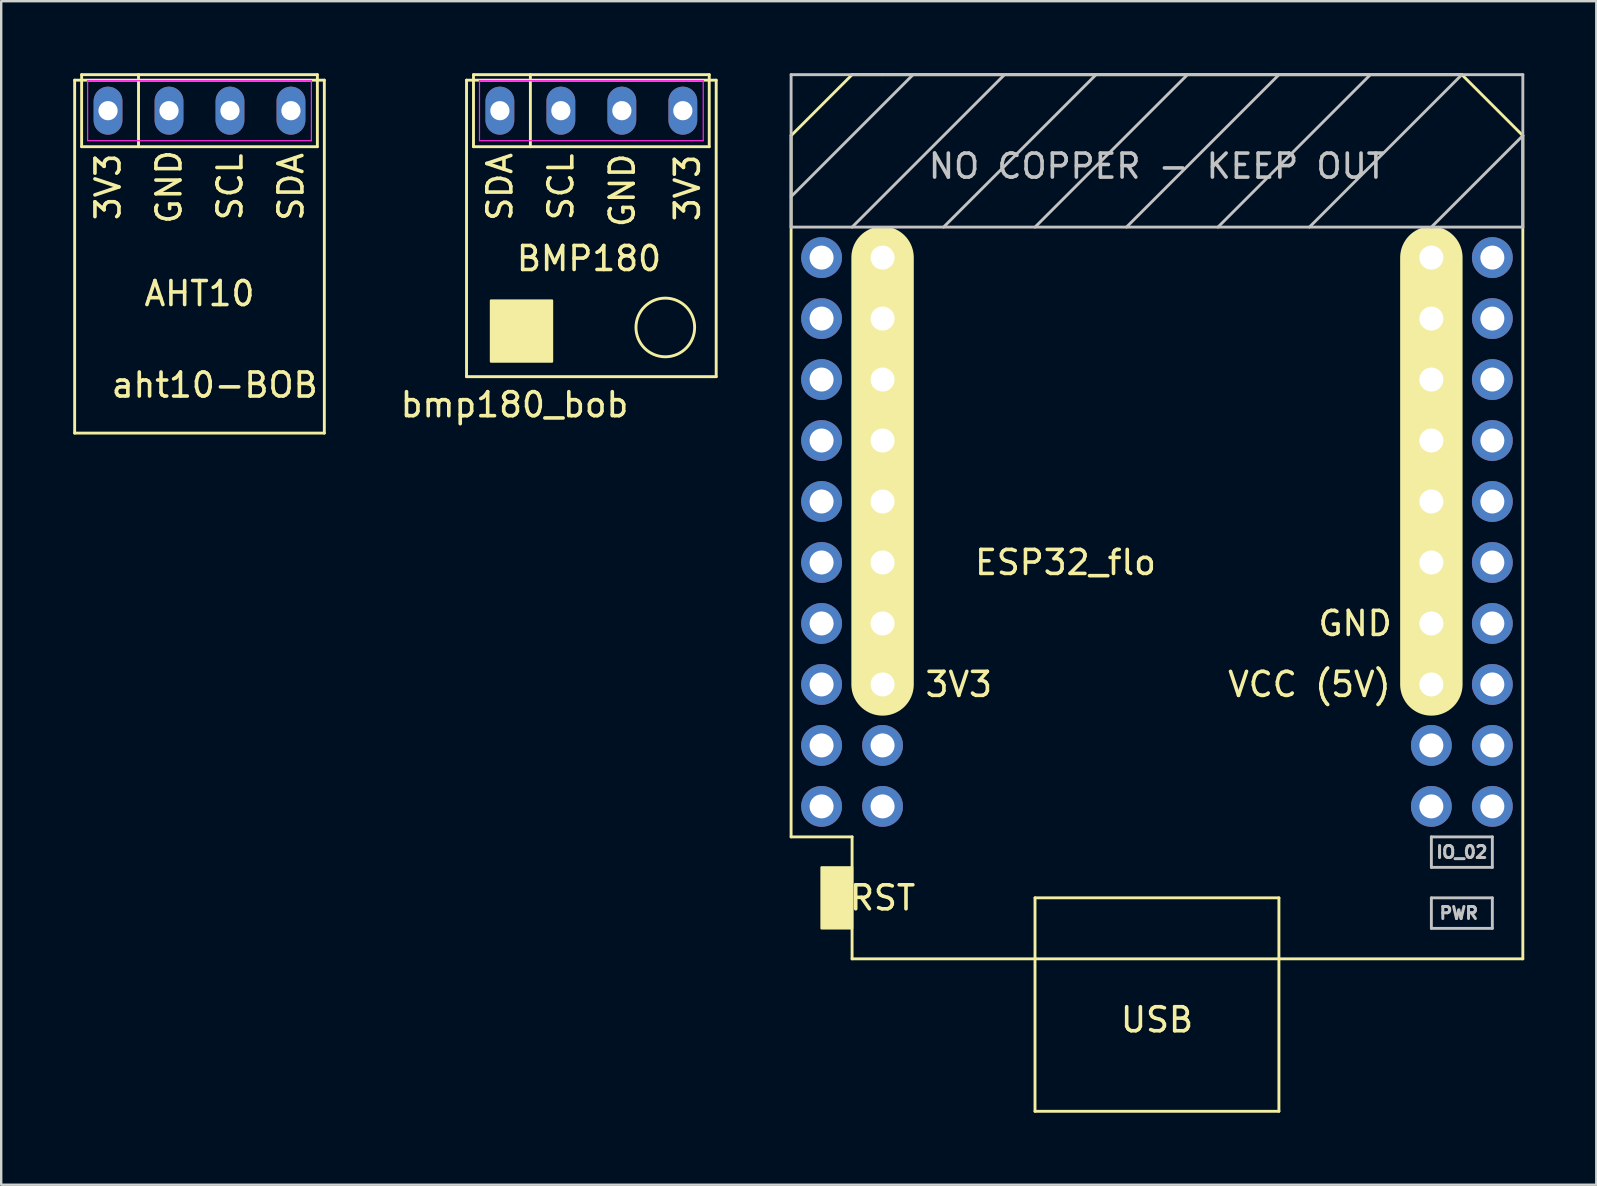
<source format=kicad_pcb>
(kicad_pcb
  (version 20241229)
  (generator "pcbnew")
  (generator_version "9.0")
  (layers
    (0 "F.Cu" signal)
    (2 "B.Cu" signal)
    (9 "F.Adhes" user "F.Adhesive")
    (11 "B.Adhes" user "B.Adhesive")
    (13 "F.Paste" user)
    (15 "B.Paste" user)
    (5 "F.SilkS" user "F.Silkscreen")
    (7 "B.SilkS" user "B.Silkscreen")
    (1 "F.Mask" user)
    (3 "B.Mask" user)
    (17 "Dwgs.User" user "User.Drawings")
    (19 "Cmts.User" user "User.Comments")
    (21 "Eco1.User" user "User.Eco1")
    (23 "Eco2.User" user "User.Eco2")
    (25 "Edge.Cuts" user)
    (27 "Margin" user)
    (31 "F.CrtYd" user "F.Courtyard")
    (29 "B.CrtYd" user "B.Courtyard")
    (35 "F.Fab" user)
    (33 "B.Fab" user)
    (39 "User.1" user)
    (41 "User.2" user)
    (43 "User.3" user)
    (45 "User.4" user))
  (footprint "bmp180_bob"
    (layer "F.Cu")
    (at 21.583 6.64)
    (property "Reference" "bmp180_bob" (at -3.2 7.17 0) (layer "F.SilkS") (effects (font (size 1 1) (thickness 0.15))))
    (attr through_hole)
    (fp_line (start -5.2 -6.35) (end -5.2 6) (stroke (width 0.12) (type solid)) (layer "F.SilkS"))
    (fp_line (start -5.2 -6.35) (end 5.2 -6.35) (stroke (width 0.12) (type solid)) (layer "F.SilkS"))
    (fp_line (start -5.2 6) (end 5.2 6) (stroke (width 0.12) (type solid)) (layer "F.SilkS"))
    (fp_line (start -4.91 -6.58) (end 4.91 -6.58) (stroke (width 0.12) (type solid)) (layer "F.SilkS"))
    (fp_line (start -4.91 -3.58) (end -4.91 -6.58) (stroke (width 0.12) (type solid)) (layer "F.SilkS"))
    (fp_line (start -2.54 -6.58) (end -2.54 -3.58) (stroke (width 0.12) (type solid)) (layer "F.SilkS"))
    (fp_line (start 4.91 -6.58) (end 4.91 -3.58) (stroke (width 0.12) (type solid)) (layer "F.SilkS"))
    (fp_line (start 4.91 -3.58) (end -4.91 -3.58) (stroke (width 0.12) (type solid)) (layer "F.SilkS"))
    (fp_line (start 5.2 -6.35) (end 5.2 6) (stroke (width 0.12) (type solid)) (layer "F.SilkS"))
    (fp_circle (center 3.08 3.95) (end 2.35 2.97) (stroke (width 0.12) (type solid)) (fill no) (layer "F.SilkS"))
    (fp_poly (pts (xy -1.64 5.37) (xy -4.18 5.37) (xy -4.18 2.83) (xy -1.64 2.83)) (stroke (width 0.1) (type solid)) (fill yes) (layer "F.SilkS"))
    (fp_line (start -4.66 -6.33) (end 4.66 -6.33) (stroke (width 0.05) (type solid)) (layer "F.CrtYd"))
    (fp_line (start -4.66 -3.83) (end -4.66 -6.33) (stroke (width 0.05) (type solid)) (layer "F.CrtYd"))
    (fp_line (start 4.66 -6.33) (end 4.66 -3.83) (stroke (width 0.05) (type solid)) (layer "F.CrtYd"))
    (fp_line (start 4.66 -3.83) (end -4.66 -3.83) (stroke (width 0.05) (type solid)) (layer "F.CrtYd"))
    (fp_text user "GND" (at 1.288 -1.762 270) (layer "F.SilkS") (effects (font (size 1 1) (thickness 0.15))))
    (fp_text user "BMP180" (at -0.1 1.08 0) (layer "F.SilkS") (effects (font (size 1 1) (thickness 0.15))))
    (fp_text user "3V3" (at 4 -1.86 90) (layer "F.SilkS") (effects (font (size 1 1) (thickness 0.15))))
    (fp_text user "SDA" (at -3.81 -1.905 90) (layer "F.SilkS") (effects (font (size 1 1) (thickness 0.15))))
    (fp_text user "SCL" (at -1.27 -1.905 270) (layer "F.SilkS") (effects (font (size 1 1) (thickness 0.15))))
    (pad "1" thru_hole oval (at -3.81 -5.08) (size 1.2 2) (drill 0.8) (layers "*.Cu" "*.Mask"))
    (pad "2" thru_hole oval (at -1.27 -5.08) (size 1.2 2) (drill 0.8) (layers "*.Cu" "*.Mask"))
    (pad "3" thru_hole oval (at 1.27 -5.08) (size 1.2 2) (drill 0.8) (layers "*.Cu" "*.Mask"))
    (pad "4" thru_hole oval (at 3.81 -5.08) (size 1.2 2) (drill 0.8) (layers "*.Cu" "*.Mask")))
  (footprint "aht10-BOB"
    (layer "F.Cu")
    (at 5.26 1.56)
    (property "Reference" "aht10-BOB" (at 0.635 11.43 0) (layer "F.SilkS") (effects (font (size 1 1) (thickness 0.15))))
    (attr through_hole)
    (fp_line (start -5.2 -1.27) (end -5.2 13.43) (stroke (width 0.12) (type solid)) (layer "F.SilkS"))
    (fp_line (start -5.2 -1.27) (end 5.2 -1.27) (stroke (width 0.12) (type solid)) (layer "F.SilkS"))
    (fp_line (start -5.2 13.43) (end 5.2 13.43) (stroke (width 0.12) (type solid)) (layer "F.SilkS"))
    (fp_line (start -4.91 -1.5) (end 4.91 -1.5) (stroke (width 0.12) (type solid)) (layer "F.SilkS"))
    (fp_line (start -4.91 1.5) (end -4.91 -1.5) (stroke (width 0.12) (type solid)) (layer "F.SilkS"))
    (fp_line (start -2.54 -1.5) (end -2.54 1.5) (stroke (width 0.12) (type solid)) (layer "F.SilkS"))
    (fp_line (start 4.91 -1.5) (end 4.91 1.5) (stroke (width 0.12) (type solid)) (layer "F.SilkS"))
    (fp_line (start 4.91 1.5) (end -4.91 1.5) (stroke (width 0.12) (type solid)) (layer "F.SilkS"))
    (fp_line (start 5.2 -1.27) (end 5.2 13.43) (stroke (width 0.12) (type solid)) (layer "F.SilkS"))
    (fp_line (start -4.66 -1.25) (end 4.66 -1.25) (stroke (width 0.05) (type solid)) (layer "F.CrtYd"))
    (fp_line (start -4.66 1.25) (end -4.66 -1.25) (stroke (width 0.05) (type solid)) (layer "F.CrtYd"))
    (fp_line (start 4.66 -1.25) (end 4.66 1.25) (stroke (width 0.05) (type solid)) (layer "F.CrtYd"))
    (fp_line (start 4.66 1.25) (end -4.66 1.25) (stroke (width 0.05) (type solid)) (layer "F.CrtYd"))
    (fp_text user "SDA" (at 3.81 3.175 90) (layer "F.SilkS") (effects (font (size 1 1) (thickness 0.15))))
    (fp_text user "3V3" (at -3.81 3.175 90) (layer "F.SilkS") (effects (font (size 1 1) (thickness 0.15))))
    (fp_text user "GND" (at -1.27 3.175 270) (layer "F.SilkS") (effects (font (size 1 1) (thickness 0.15))))
    (fp_text user "SCL" (at 1.27 3.175 270) (layer "F.SilkS") (effects (font (size 1 1) (thickness 0.15))))
    (fp_text user "AHT10" (at 0 7.62 0) (layer "F.SilkS") (effects (font (size 1 1) (thickness 0.15))))
    (pad "1" thru_hole oval (at -3.81 0) (size 1.2 2) (drill 0.8) (layers "*.Cu" "*.Mask"))
    (pad "2" thru_hole oval (at -1.27 0) (size 1.2 2) (drill 0.8) (layers "*.Cu" "*.Mask"))
    (pad "3" thru_hole oval (at 1.27 0) (size 1.2 2) (drill 0.8) (layers "*.Cu" "*.Mask"))
    (pad "4" thru_hole oval (at 3.81 0) (size 1.2 2) (drill 0.8) (layers "*.Cu" "*.Mask")))
  (footprint "ESP32_flo"
    (layer "F.Cu")
    (at 45.143 19.11)
    (property "Reference" "ESP32_flo" (at -3.81 1.27 0) (layer "F.SilkS") (effects (font (size 1 1) (thickness 0.15))))
    (attr through_hole)
    (fp_line (start -15.24 -16.51) (end -15.24 12.7) (stroke (width 0.12) (type solid)) (layer "F.SilkS"))
    (fp_line (start -15.24 12.7) (end -12.7 12.7) (stroke (width 0.12) (type solid)) (layer "F.SilkS"))
    (fp_line (start -12.7 -19.05) (end -15.24 -16.51) (stroke (width 0.12) (type solid)) (layer "F.SilkS"))
    (fp_line (start -12.7 -19.05) (end -11.43 -19.05) (stroke (width 0.12) (type solid)) (layer "F.SilkS"))
    (fp_line (start -12.7 12.7) (end -12.7 17.78) (stroke (width 0.12) (type solid)) (layer "F.SilkS"))
    (fp_line (start -12.7 17.78) (end 15.24 17.78) (stroke (width 0.12) (type solid)) (layer "F.SilkS"))
    (fp_line (start -11.43 -11.43) (end -11.43 6.35) (stroke (width 2.6) (type solid)) (layer "F.SilkS"))
    (fp_line (start -5.08 15.24) (end 5.08 15.24) (stroke (width 0.12) (type solid)) (layer "F.SilkS"))
    (fp_line (start -5.08 17.78) (end -5.08 15.24) (stroke (width 0.12) (type solid)) (layer "F.SilkS"))
    (fp_line (start -5.08 17.78) (end -5.08 24.13) (stroke (width 0.12) (type solid)) (layer "F.SilkS"))
    (fp_line (start -5.08 24.13) (end 5.08 24.13) (stroke (width 0.12) (type solid)) (layer "F.SilkS"))
    (fp_line (start 5.08 15.24) (end 5.08 17.78) (stroke (width 0.12) (type solid)) (layer "F.SilkS"))
    (fp_line (start 5.08 24.13) (end 5.08 17.78) (stroke (width 0.12) (type solid)) (layer "F.SilkS"))
    (fp_line (start 11.43 -11.43) (end 11.43 6.35) (stroke (width 2.6) (type solid)) (layer "F.SilkS"))
    (fp_line (start 12.7 -19.05) (end -11.43 -19.05) (stroke (width 0.12) (type solid)) (layer "F.SilkS"))
    (fp_line (start 12.7 -19.05) (end 15.24 -16.51) (stroke (width 0.12) (type solid)) (layer "F.SilkS"))
    (fp_line (start 15.24 -16.51) (end 15.24 17.78) (stroke (width 0.12) (type solid)) (layer "F.SilkS"))
    (fp_poly (pts (xy -13.97 16.51) (xy -13.97 13.97) (xy -12.7 13.97) (xy -12.7 16.51)) (stroke (width 0.1) (type solid)) (fill yes) (layer "F.SilkS"))
    (fp_line (start -15.24 -19.05) (end -15.24 -12.7) (stroke (width 0.12) (type solid)) (layer "Dwgs.User"))
    (fp_line (start -15.24 -12.7) (end 15.24 -12.7) (stroke (width 0.12) (type solid)) (layer "Dwgs.User"))
    (fp_line (start -10.16 -19.05) (end -15.24 -13.97) (stroke (width 0.12) (type solid)) (layer "Dwgs.User"))
    (fp_line (start -6.35 -19.05) (end -12.7 -12.7) (stroke (width 0.12) (type solid)) (layer "Dwgs.User"))
    (fp_line (start -2.54 -19.05) (end -8.89 -12.7) (stroke (width 0.12) (type solid)) (layer "Dwgs.User"))
    (fp_line (start 1.27 -19.05) (end -5.08 -12.7) (stroke (width 0.12) (type solid)) (layer "Dwgs.User"))
    (fp_line (start 5.08 -19.05) (end -1.27 -12.7) (stroke (width 0.12) (type solid)) (layer "Dwgs.User"))
    (fp_line (start 8.89 -19.05) (end 2.54 -12.7) (stroke (width 0.12) (type solid)) (layer "Dwgs.User"))
    (fp_line (start 11.43 12.7) (end 11.43 13.97) (stroke (width 0.12) (type solid)) (layer "Dwgs.User"))
    (fp_line (start 11.43 13.97) (end 13.97 13.97) (stroke (width 0.12) (type solid)) (layer "Dwgs.User"))
    (fp_line (start 11.43 15.24) (end 13.97 15.24) (stroke (width 0.12) (type solid)) (layer "Dwgs.User"))
    (fp_line (start 11.43 16.51) (end 11.43 15.24) (stroke (width 0.12) (type solid)) (layer "Dwgs.User"))
    (fp_line (start 12.7 -19.05) (end 6.35 -12.7) (stroke (width 0.12) (type solid)) (layer "Dwgs.User"))
    (fp_line (start 13.97 12.7) (end 11.43 12.7) (stroke (width 0.12) (type solid)) (layer "Dwgs.User"))
    (fp_line (start 13.97 13.97) (end 13.97 12.7) (stroke (width 0.12) (type solid)) (layer "Dwgs.User"))
    (fp_line (start 13.97 15.24) (end 13.97 16.51) (stroke (width 0.12) (type solid)) (layer "Dwgs.User"))
    (fp_line (start 13.97 16.51) (end 11.43 16.51) (stroke (width 0.12) (type solid)) (layer "Dwgs.User"))
    (fp_line (start 15.24 -19.05) (end -15.24 -19.05) (stroke (width 0.12) (type solid)) (layer "Dwgs.User"))
    (fp_line (start 15.24 -16.51) (end 11.43 -12.7) (stroke (width 0.12) (type solid)) (layer "Dwgs.User"))
    (fp_line (start 15.24 -12.7) (end 15.24 -19.05) (stroke (width 0.12) (type solid)) (layer "Dwgs.User"))
    (fp_text user "VCC (5V)" (at 6.35 6.35 0) (layer "F.SilkS") (effects (font (size 1 1) (thickness 0.15))))
    (fp_text user "USB" (at 0 20.32 0) (layer "F.SilkS") (effects (font (size 1 1) (thickness 0.15))))
    (fp_text user "3V3" (at -8.255 6.35 0) (layer "F.SilkS") (effects (font (size 1 1) (thickness 0.15))))
    (fp_text user "GND" (at 8.255 3.81 0) (layer "F.SilkS") (effects (font (size 1 1) (thickness 0.15))))
    (fp_text user "RST" (at -11.43 15.24 0) (layer "F.SilkS") (effects (font (size 1 1) (thickness 0.15))))
    (fp_text user "PWR" (at 12.573 15.875 0) (layer "Dwgs.User") (effects (font (size 0.5 0.5) (thickness 0.125))))
    (fp_text user "IO_02" (at 12.7 13.335 0) (layer "Dwgs.User") (effects (font (size 0.5 0.5) (thickness 0.125))))
    (fp_text user "NO COPPER - KEEP OUT" (at 0 -15.24 0) (layer "Dwgs.User") (effects (font (size 1 1) (thickness 0.15))))
    (pad "1" thru_hole circle (at -13.97 -11.43 270) (size 1.7 1.7) (drill 1) (layers "*.Cu" "*.Mask"))
    (pad "2" thru_hole circle (at -11.43 -11.43 270) (size 1.7 1.7) (drill 1) (layers "*.Cu" "*.Mask"))
    (pad "3" thru_hole circle (at -13.97 -8.89 270) (size 1.7 1.7) (drill 1) (layers "*.Cu" "*.Mask"))
    (pad "4" thru_hole circle (at -11.43 -8.89 270) (size 1.7 1.7) (drill 1) (layers "*.Cu" "*.Mask"))
    (pad "5" thru_hole circle (at -13.97 -6.35 270) (size 1.7 1.7) (drill 1) (layers "*.Cu" "*.Mask"))
    (pad "6" thru_hole circle (at -11.43 -6.35 270) (size 1.7 1.7) (drill 1) (layers "*.Cu" "*.Mask"))
    (pad "7" thru_hole circle (at -13.97 -3.81 270) (size 1.7 1.7) (drill 1) (layers "*.Cu" "*.Mask"))
    (pad "8" thru_hole circle (at -11.43 -3.81 270) (size 1.7 1.7) (drill 1) (layers "*.Cu" "*.Mask"))
    (pad "9" thru_hole circle (at -13.97 -1.27 270) (size 1.7 1.7) (drill 1) (layers "*.Cu" "*.Mask"))
    (pad "10" thru_hole circle (at -11.43 -1.27 270) (size 1.7 1.7) (drill 1) (layers "*.Cu" "*.Mask"))
    (pad "11" thru_hole circle (at -13.97 1.27 270) (size 1.7 1.7) (drill 1) (layers "*.Cu" "*.Mask"))
    (pad "12" thru_hole circle (at -11.43 1.27 270) (size 1.7 1.7) (drill 1) (layers "*.Cu" "*.Mask"))
    (pad "13" thru_hole circle (at -13.97 3.81 270) (size 1.7 1.7) (drill 1) (layers "*.Cu" "*.Mask"))
    (pad "14" thru_hole circle (at -11.43 3.81 270) (size 1.7 1.7) (drill 1) (layers "*.Cu" "*.Mask"))
    (pad "15" thru_hole circle (at -13.97 6.35 270) (size 1.7 1.7) (drill 1) (layers "*.Cu" "*.Mask"))
    (pad "16" thru_hole circle (at -11.43 6.35 270) (size 1.7 1.7) (drill 1) (layers "*.Cu" "*.Mask"))
    (pad "17" thru_hole circle (at -13.97 8.89 270) (size 1.7 1.7) (drill 1) (layers "*.Cu" "*.Mask"))
    (pad "18" thru_hole circle (at -11.43 8.89 270) (size 1.7 1.7) (drill 1) (layers "*.Cu" "*.Mask"))
    (pad "19" thru_hole circle (at -13.97 11.43 270) (size 1.7 1.7) (drill 1) (layers "*.Cu" "*.Mask"))
    (pad "20" thru_hole circle (at -11.43 11.43 270) (size 1.7 1.7) (drill 1) (layers "*.Cu" "*.Mask"))
    (pad "21" thru_hole circle (at 11.43 -11.43 270) (size 1.7 1.7) (drill 1) (layers "*.Cu" "*.Mask"))
    (pad "22" thru_hole circle (at 13.97 -11.43 270) (size 1.7 1.7) (drill 1) (layers "*.Cu" "*.Mask"))
    (pad "23" thru_hole circle (at 11.43 -8.89 270) (size 1.7 1.7) (drill 1) (layers "*.Cu" "*.Mask"))
    (pad "24" thru_hole circle (at 13.97 -8.89 270) (size 1.7 1.7) (drill 1) (layers "*.Cu" "*.Mask"))
    (pad "25" thru_hole circle (at 11.43 -6.35 270) (size 1.7 1.7) (drill 1) (layers "*.Cu" "*.Mask"))
    (pad "26" thru_hole circle (at 13.97 -6.35 270) (size 1.7 1.7) (drill 1) (layers "*.Cu" "*.Mask"))
    (pad "27" thru_hole circle (at 11.43 -3.81 270) (size 1.7 1.7) (drill 1) (layers "*.Cu" "*.Mask"))
    (pad "28" thru_hole circle (at 13.97 -3.81 270) (size 1.7 1.7) (drill 1) (layers "*.Cu" "*.Mask"))
    (pad "29" thru_hole circle (at 11.43 -1.27 270) (size 1.7 1.7) (drill 1) (layers "*.Cu" "*.Mask"))
    (pad "30" thru_hole circle (at 13.97 -1.27 270) (size 1.7 1.7) (drill 1) (layers "*.Cu" "*.Mask"))
    (pad "31" thru_hole circle (at 11.43 1.27 270) (size 1.7 1.7) (drill 1) (layers "*.Cu" "*.Mask"))
    (pad "32" thru_hole circle (at 13.97 1.27 270) (size 1.7 1.7) (drill 1) (layers "*.Cu" "*.Mask"))
    (pad "33" thru_hole circle (at 11.43 3.81 270) (size 1.7 1.7) (drill 1) (layers "*.Cu" "*.Mask"))
    (pad "34" thru_hole circle (at 13.97 3.81 270) (size 1.7 1.7) (drill 1) (layers "*.Cu" "*.Mask"))
    (pad "35" thru_hole circle (at 11.43 6.35 270) (size 1.7 1.7) (drill 1) (layers "*.Cu" "*.Mask"))
    (pad "36" thru_hole circle (at 13.97 6.35 270) (size 1.7 1.7) (drill 1) (layers "*.Cu" "*.Mask"))
    (pad "37" thru_hole circle (at 11.43 8.89 270) (size 1.7 1.7) (drill 1) (layers "*.Cu" "*.Mask"))
    (pad "38" thru_hole circle (at 13.97 8.89 270) (size 1.7 1.7) (drill 1) (layers "*.Cu" "*.Mask"))
    (pad "39" thru_hole circle (at 11.43 11.43 270) (size 1.7 1.7) (drill 1) (layers "*.Cu" "*.Mask"))
    (pad "40" thru_hole circle (at 13.97 11.43 270) (size 1.7 1.7) (drill 1) (layers "*.Cu" "*.Mask")))
  (gr_rect
    (start -3 -3)
    (end 63.443 46.3)
    (stroke (width 0.1) (type default))
    (fill no)
    (layer "Edge.Cuts")))
</source>
